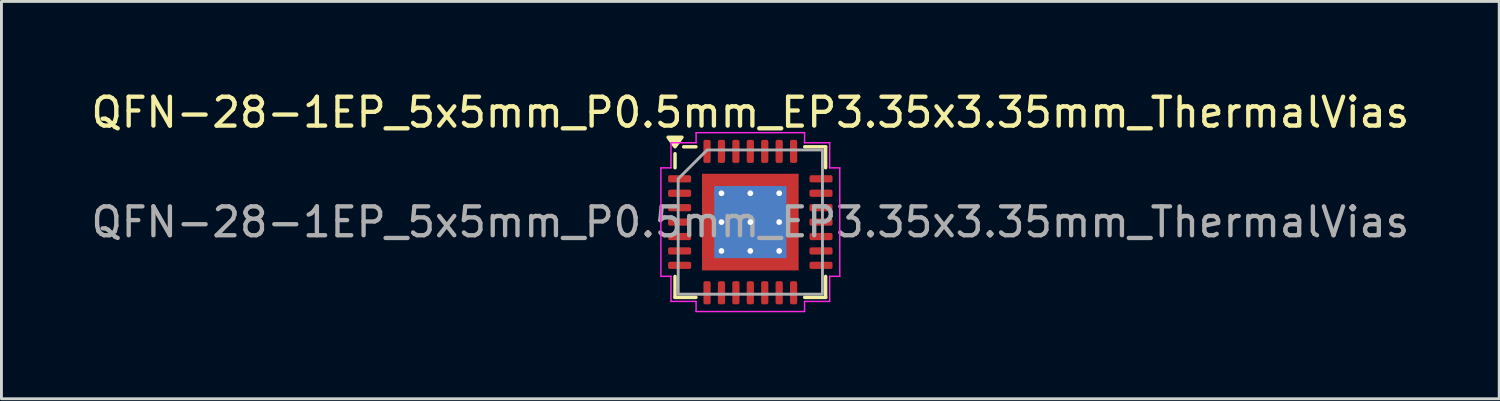
<source format=kicad_pcb>
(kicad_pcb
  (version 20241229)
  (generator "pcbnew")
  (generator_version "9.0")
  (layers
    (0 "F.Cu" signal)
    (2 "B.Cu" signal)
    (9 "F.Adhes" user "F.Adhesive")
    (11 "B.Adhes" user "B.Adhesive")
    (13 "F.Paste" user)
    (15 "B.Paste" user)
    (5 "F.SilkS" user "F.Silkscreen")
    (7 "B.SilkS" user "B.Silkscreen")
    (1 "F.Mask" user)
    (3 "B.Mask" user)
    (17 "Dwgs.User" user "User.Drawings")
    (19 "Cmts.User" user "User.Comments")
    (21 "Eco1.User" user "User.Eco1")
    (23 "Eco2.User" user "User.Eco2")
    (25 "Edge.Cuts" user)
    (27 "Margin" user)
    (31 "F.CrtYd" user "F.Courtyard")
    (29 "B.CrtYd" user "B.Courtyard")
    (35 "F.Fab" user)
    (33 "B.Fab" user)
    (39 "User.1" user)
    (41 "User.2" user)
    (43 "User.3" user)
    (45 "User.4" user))
  (footprint "QFN-28-1EP_5x5mm_P0.5mm_EP3.35x3.35mm_ThermalVias"
    (layer "F.Cu")
    (at 22.958 4.648)
    (property "Reference" "QFN-28-1EP_5x5mm_P0.5mm_EP3.35x3.35mm_ThermalVias" (at 0 -3.8 0) (layer "F.SilkS") (effects (font (size 1 1) (thickness 0.15))))
    (attr smd)
    (fp_line (start -2.61 -1.885) (end -2.61 -2.37) (stroke (width 0.12) (type solid)) (layer "F.SilkS"))
    (fp_line (start -2.61 2.61) (end -2.61 1.885) (stroke (width 0.12) (type solid)) (layer "F.SilkS"))
    (fp_line (start -1.885 -2.61) (end -2.31 -2.61) (stroke (width 0.12) (type solid)) (layer "F.SilkS"))
    (fp_line (start -1.885 2.61) (end -2.61 2.61) (stroke (width 0.12) (type solid)) (layer "F.SilkS"))
    (fp_line (start 1.885 -2.61) (end 2.61 -2.61) (stroke (width 0.12) (type solid)) (layer "F.SilkS"))
    (fp_line (start 1.885 2.61) (end 2.61 2.61) (stroke (width 0.12) (type solid)) (layer "F.SilkS"))
    (fp_line (start 2.61 -2.61) (end 2.61 -1.885) (stroke (width 0.12) (type solid)) (layer "F.SilkS"))
    (fp_line (start 2.61 2.61) (end 2.61 1.885) (stroke (width 0.12) (type solid)) (layer "F.SilkS"))
    (fp_poly (pts (xy -2.61 -2.61) (xy -2.85 -2.94) (xy -2.37 -2.94)) (stroke (width 0.12) (type solid)) (fill yes) (layer "F.SilkS"))
    (fp_line (start -3.1 -1.88) (end -2.75 -1.88) (stroke (width 0.05) (type solid)) (layer "F.CrtYd"))
    (fp_line (start -3.1 1.88) (end -3.1 -1.88) (stroke (width 0.05) (type solid)) (layer "F.CrtYd"))
    (fp_line (start -2.75 -2.75) (end -1.88 -2.75) (stroke (width 0.05) (type solid)) (layer "F.CrtYd"))
    (fp_line (start -2.75 -1.88) (end -2.75 -2.75) (stroke (width 0.05) (type solid)) (layer "F.CrtYd"))
    (fp_line (start -2.75 1.88) (end -3.1 1.88) (stroke (width 0.05) (type solid)) (layer "F.CrtYd"))
    (fp_line (start -2.75 2.75) (end -2.75 1.88) (stroke (width 0.05) (type solid)) (layer "F.CrtYd"))
    (fp_line (start -1.88 -3.1) (end 1.88 -3.1) (stroke (width 0.05) (type solid)) (layer "F.CrtYd"))
    (fp_line (start -1.88 -2.75) (end -1.88 -3.1) (stroke (width 0.05) (type solid)) (layer "F.CrtYd"))
    (fp_line (start -1.88 2.75) (end -2.75 2.75) (stroke (width 0.05) (type solid)) (layer "F.CrtYd"))
    (fp_line (start -1.88 3.1) (end -1.88 2.75) (stroke (width 0.05) (type solid)) (layer "F.CrtYd"))
    (fp_line (start 1.88 -3.1) (end 1.88 -2.75) (stroke (width 0.05) (type solid)) (layer "F.CrtYd"))
    (fp_line (start 1.88 -2.75) (end 2.75 -2.75) (stroke (width 0.05) (type solid)) (layer "F.CrtYd"))
    (fp_line (start 1.88 2.75) (end 1.88 3.1) (stroke (width 0.05) (type solid)) (layer "F.CrtYd"))
    (fp_line (start 1.88 3.1) (end -1.88 3.1) (stroke (width 0.05) (type solid)) (layer "F.CrtYd"))
    (fp_line (start 2.75 -2.75) (end 2.75 -1.88) (stroke (width 0.05) (type solid)) (layer "F.CrtYd"))
    (fp_line (start 2.75 -1.88) (end 3.1 -1.88) (stroke (width 0.05) (type solid)) (layer "F.CrtYd"))
    (fp_line (start 2.75 1.88) (end 2.75 2.75) (stroke (width 0.05) (type solid)) (layer "F.CrtYd"))
    (fp_line (start 2.75 2.75) (end 1.88 2.75) (stroke (width 0.05) (type solid)) (layer "F.CrtYd"))
    (fp_line (start 3.1 -1.88) (end 3.1 1.88) (stroke (width 0.05) (type solid)) (layer "F.CrtYd"))
    (fp_line (start 3.1 1.88) (end 2.75 1.88) (stroke (width 0.05) (type solid)) (layer "F.CrtYd"))
    (fp_poly (pts (xy -2.5 -1.5) (xy -2.5 2.5) (xy 2.5 2.5) (xy 2.5 -2.5) (xy -1.5 -2.5)) (stroke (width 0.1) (type solid)) (fill no) (layer "F.Fab"))
    (fp_text user "${REFERENCE}" (at 0 0 0) (layer "F.Fab") (effects (font (size 1 1) (thickness 0.15))))
    (pad "" smd roundrect (at -1.12 -1.12) (size 0.9 0.9) (layers "F.Paste") (roundrect_rratio 0.25))
    (pad "" smd roundrect (at -1.12 0) (size 0.9 0.9) (layers "F.Paste") (roundrect_rratio 0.25))
    (pad "" smd roundrect (at -1.12 1.12) (size 0.9 0.9) (layers "F.Paste") (roundrect_rratio 0.25))
    (pad "" smd roundrect (at 0 -1.12) (size 0.9 0.9) (layers "F.Paste") (roundrect_rratio 0.25))
    (pad "" smd roundrect (at 0 0) (size 0.9 0.9) (layers "F.Paste") (roundrect_rratio 0.25))
    (pad "" smd roundrect (at 0 1.12) (size 0.9 0.9) (layers "F.Paste") (roundrect_rratio 0.25))
    (pad "" smd roundrect (at 1.12 -1.12) (size 0.9 0.9) (layers "F.Paste") (roundrect_rratio 0.25))
    (pad "" smd roundrect (at 1.12 0) (size 0.9 0.9) (layers "F.Paste") (roundrect_rratio 0.25))
    (pad "" smd roundrect (at 1.12 1.12) (size 0.9 0.9) (layers "F.Paste") (roundrect_rratio 0.25))
    (pad "1" smd roundrect (at -2.45 -1.5) (size 0.8 0.25) (layers "F.Cu" "F.Mask" "F.Paste") (roundrect_rratio 0.25))
    (pad "2" smd roundrect (at -2.45 -1) (size 0.8 0.25) (layers "F.Cu" "F.Mask" "F.Paste") (roundrect_rratio 0.25))
    (pad "3" smd roundrect (at -2.45 -0.5) (size 0.8 0.25) (layers "F.Cu" "F.Mask" "F.Paste") (roundrect_rratio 0.25))
    (pad "4" smd roundrect (at -2.45 0) (size 0.8 0.25) (layers "F.Cu" "F.Mask" "F.Paste") (roundrect_rratio 0.25))
    (pad "5" smd roundrect (at -2.45 0.5) (size 0.8 0.25) (layers "F.Cu" "F.Mask" "F.Paste") (roundrect_rratio 0.25))
    (pad "6" smd roundrect (at -2.45 1) (size 0.8 0.25) (layers "F.Cu" "F.Mask" "F.Paste") (roundrect_rratio 0.25))
    (pad "7" smd roundrect (at -2.45 1.5) (size 0.8 0.25) (layers "F.Cu" "F.Mask" "F.Paste") (roundrect_rratio 0.25))
    (pad "8" smd roundrect (at -1.5 2.45) (size 0.25 0.8) (layers "F.Cu" "F.Mask" "F.Paste") (roundrect_rratio 0.25))
    (pad "9" smd roundrect (at -1 2.45) (size 0.25 0.8) (layers "F.Cu" "F.Mask" "F.Paste") (roundrect_rratio 0.25))
    (pad "10" smd roundrect (at -0.5 2.45) (size 0.25 0.8) (layers "F.Cu" "F.Mask" "F.Paste") (roundrect_rratio 0.25))
    (pad "11" smd roundrect (at 0 2.45) (size 0.25 0.8) (layers "F.Cu" "F.Mask" "F.Paste") (roundrect_rratio 0.25))
    (pad "12" smd roundrect (at 0.5 2.45) (size 0.25 0.8) (layers "F.Cu" "F.Mask" "F.Paste") (roundrect_rratio 0.25))
    (pad "13" smd roundrect (at 1 2.45) (size 0.25 0.8) (layers "F.Cu" "F.Mask" "F.Paste") (roundrect_rratio 0.25))
    (pad "14" smd roundrect (at 1.5 2.45) (size 0.25 0.8) (layers "F.Cu" "F.Mask" "F.Paste") (roundrect_rratio 0.25))
    (pad "15" smd roundrect (at 2.45 1.5) (size 0.8 0.25) (layers "F.Cu" "F.Mask" "F.Paste") (roundrect_rratio 0.25))
    (pad "16" smd roundrect (at 2.45 1) (size 0.8 0.25) (layers "F.Cu" "F.Mask" "F.Paste") (roundrect_rratio 0.25))
    (pad "17" smd roundrect (at 2.45 0.5) (size 0.8 0.25) (layers "F.Cu" "F.Mask" "F.Paste") (roundrect_rratio 0.25))
    (pad "18" smd roundrect (at 2.45 0) (size 0.8 0.25) (layers "F.Cu" "F.Mask" "F.Paste") (roundrect_rratio 0.25))
    (pad "19" smd roundrect (at 2.45 -0.5) (size 0.8 0.25) (layers "F.Cu" "F.Mask" "F.Paste") (roundrect_rratio 0.25))
    (pad "20" smd roundrect (at 2.45 -1) (size 0.8 0.25) (layers "F.Cu" "F.Mask" "F.Paste") (roundrect_rratio 0.25))
    (pad "21" smd roundrect (at 2.45 -1.5) (size 0.8 0.25) (layers "F.Cu" "F.Mask" "F.Paste") (roundrect_rratio 0.25))
    (pad "22" smd roundrect (at 1.5 -2.45) (size 0.25 0.8) (layers "F.Cu" "F.Mask" "F.Paste") (roundrect_rratio 0.25))
    (pad "23" smd roundrect (at 1 -2.45) (size 0.25 0.8) (layers "F.Cu" "F.Mask" "F.Paste") (roundrect_rratio 0.25))
    (pad "24" smd roundrect (at 0.5 -2.45) (size 0.25 0.8) (layers "F.Cu" "F.Mask" "F.Paste") (roundrect_rratio 0.25))
    (pad "25" smd roundrect (at 0 -2.45) (size 0.25 0.8) (layers "F.Cu" "F.Mask" "F.Paste") (roundrect_rratio 0.25))
    (pad "26" smd roundrect (at -0.5 -2.45) (size 0.25 0.8) (layers "F.Cu" "F.Mask" "F.Paste") (roundrect_rratio 0.25))
    (pad "27" smd roundrect (at -1 -2.45) (size 0.25 0.8) (layers "F.Cu" "F.Mask" "F.Paste") (roundrect_rratio 0.25))
    (pad "28" smd roundrect (at -1.5 -2.45) (size 0.25 0.8) (layers "F.Cu" "F.Mask" "F.Paste") (roundrect_rratio 0.25))
    (pad "29" thru_hole circle (at -1 -1) (size 0.5 0.5) (drill 0.2) (property pad_prop_heatsink) (layers "*.Cu"))
    (pad "29" thru_hole circle (at -1 0) (size 0.5 0.5) (drill 0.2) (property pad_prop_heatsink) (layers "*.Cu"))
    (pad "29" thru_hole circle (at -1 1) (size 0.5 0.5) (drill 0.2) (property pad_prop_heatsink) (layers "*.Cu"))
    (pad "29" thru_hole circle (at 0 -1) (size 0.5 0.5) (drill 0.2) (property pad_prop_heatsink) (layers "*.Cu"))
    (pad "29" thru_hole circle (at 0 0) (size 0.5 0.5) (drill 0.2) (property pad_prop_heatsink) (layers "*.Cu"))
    (pad "29" smd rect (at 0 0) (size 2.5 2.5) (property pad_prop_heatsink) (layers "B.Cu"))
    (pad "29" smd rect (at 0 0) (size 3.35 3.35) (property pad_prop_heatsink) (layers "F.Cu" "F.Mask"))
    (pad "29" thru_hole circle (at 0 1) (size 0.5 0.5) (drill 0.2) (property pad_prop_heatsink) (layers "*.Cu"))
    (pad "29" thru_hole circle (at 1 -1) (size 0.5 0.5) (drill 0.2) (property pad_prop_heatsink) (layers "*.Cu"))
    (pad "29" thru_hole circle (at 1 0) (size 0.5 0.5) (drill 0.2) (property pad_prop_heatsink) (layers "*.Cu"))
    (pad "29" thru_hole circle (at 1 1) (size 0.5 0.5) (drill 0.2) (property pad_prop_heatsink) (layers "*.Cu")))
  (gr_rect
    (start -3 -3)
    (end 48.917 10.773)
    (stroke (width 0.1) (type default))
    (fill no)
    (layer "Edge.Cuts")))
</source>
